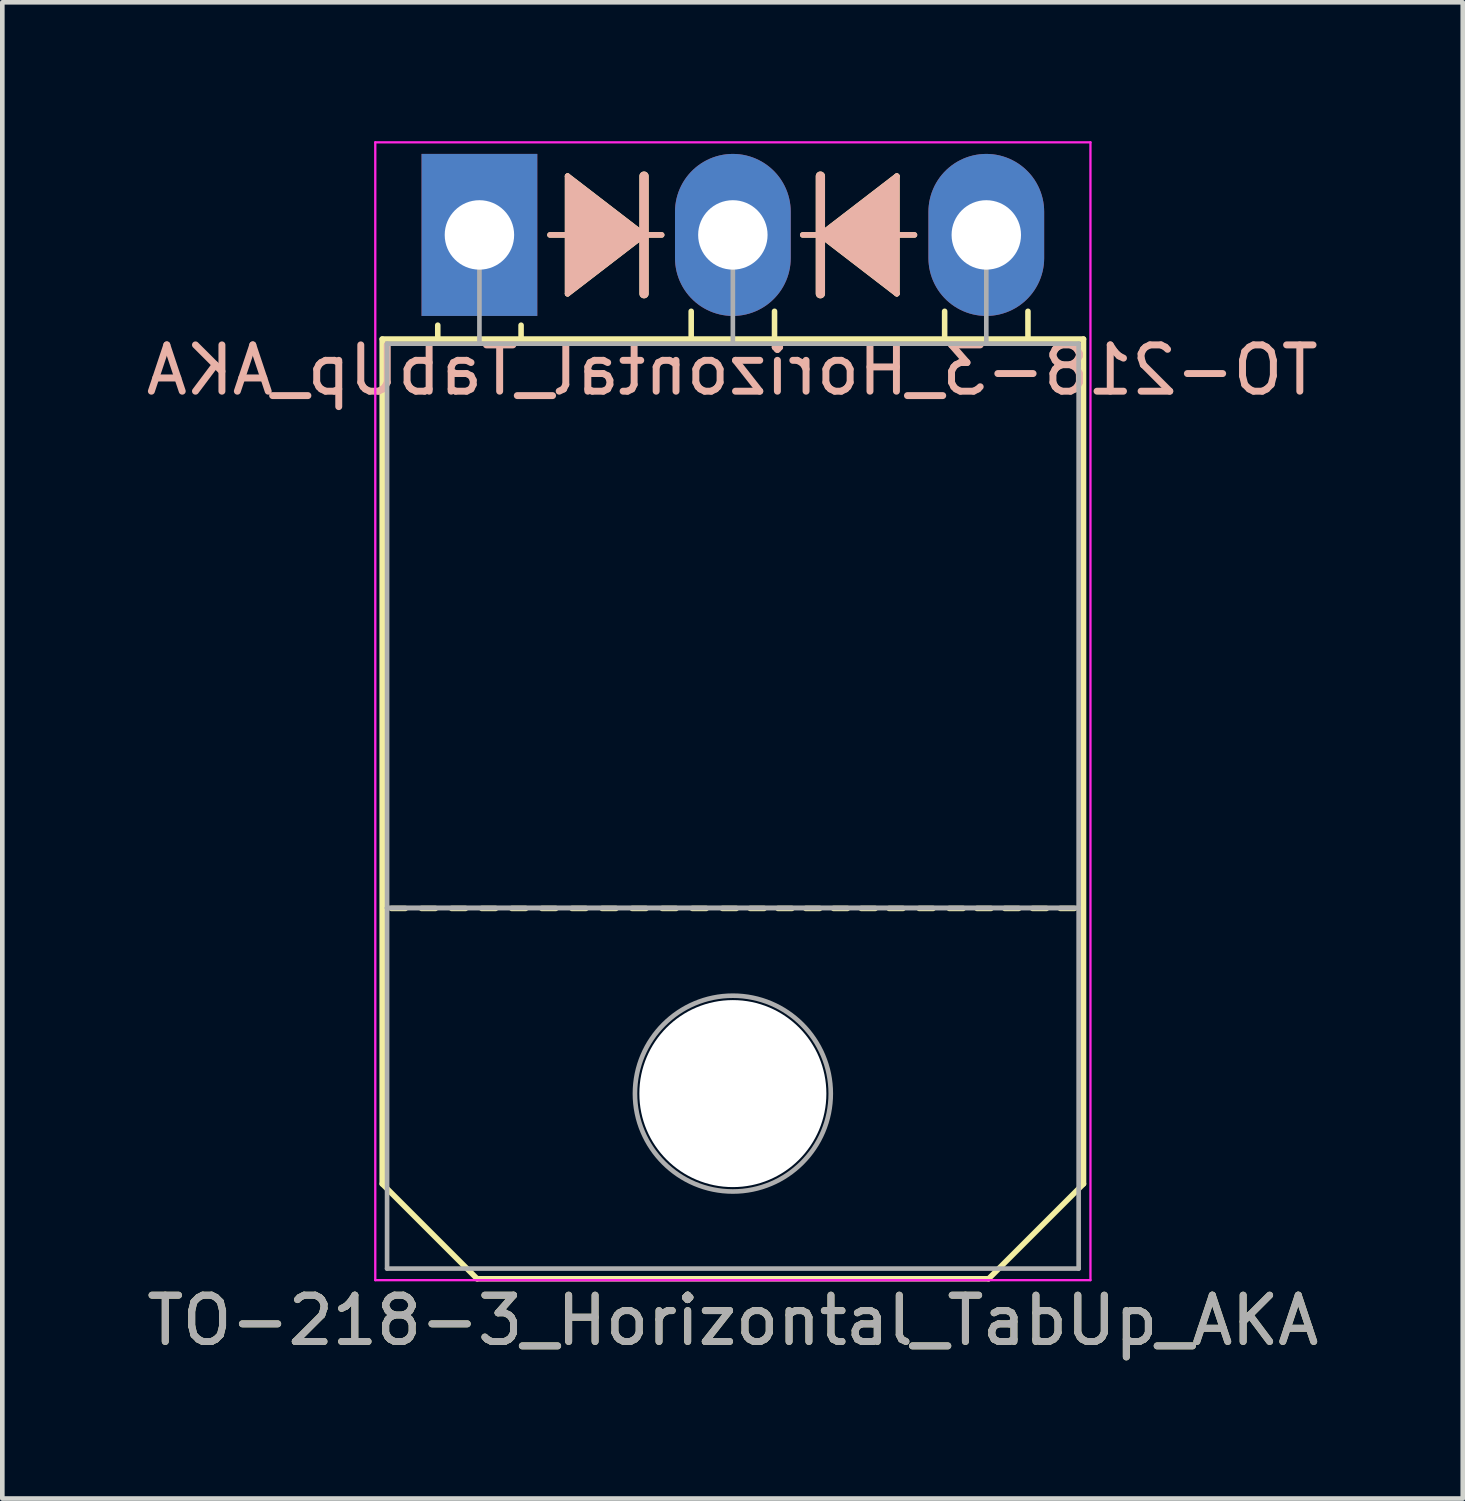
<source format=kicad_pcb>
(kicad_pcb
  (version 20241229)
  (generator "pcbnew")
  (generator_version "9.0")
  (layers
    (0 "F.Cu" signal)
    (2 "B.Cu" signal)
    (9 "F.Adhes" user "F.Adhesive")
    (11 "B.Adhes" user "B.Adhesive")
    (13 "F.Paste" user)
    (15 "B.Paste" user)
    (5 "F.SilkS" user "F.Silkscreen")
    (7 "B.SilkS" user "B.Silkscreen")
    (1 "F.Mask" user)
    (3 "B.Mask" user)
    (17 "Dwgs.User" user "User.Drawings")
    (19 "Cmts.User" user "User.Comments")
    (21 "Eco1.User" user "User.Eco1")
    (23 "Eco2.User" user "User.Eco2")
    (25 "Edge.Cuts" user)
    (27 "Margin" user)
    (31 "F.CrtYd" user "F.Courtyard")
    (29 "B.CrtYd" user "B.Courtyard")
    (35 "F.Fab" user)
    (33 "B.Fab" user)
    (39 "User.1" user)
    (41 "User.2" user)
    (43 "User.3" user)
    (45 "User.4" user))
  (footprint "TO-218-3_Horizontal_TabUp_AKA"
    (layer "F.Cu")
    (at 7.307 2.025)
    (property "Reference" "TO-218-3_Horizontal_TabUp_AKA" (at 5.475 23.45 0) (layer "F.SilkS") (effects (font (size 1 1) (thickness 0.15))))
    (fp_line (start -2.1 2.25) (end 13.05 2.25) (stroke (width 0.12) (type solid)) (layer "F.SilkS"))
    (fp_line (start -2.1 20.5) (end -2.1 2.25) (stroke (width 0.12) (type solid)) (layer "F.SilkS"))
    (fp_line (start -2.1 20.5) (end -0.05 22.55) (stroke (width 0.12) (type solid)) (layer "F.SilkS"))
    (fp_line (start -1.6 14.55) (end -1.9 14.55) (stroke (width 0.12) (type solid)) (layer "F.SilkS"))
    (fp_line (start -0.95 14.55) (end -1.25 14.55) (stroke (width 0.12) (type solid)) (layer "F.SilkS"))
    (fp_line (start -0.9 2.2) (end -0.9 1.95) (stroke (width 0.12) (type solid)) (layer "F.SilkS"))
    (fp_line (start -0.3 14.55) (end -0.6 14.55) (stroke (width 0.12) (type solid)) (layer "F.SilkS"))
    (fp_line (start 0.35 14.55) (end 0.05 14.55) (stroke (width 0.12) (type solid)) (layer "F.SilkS"))
    (fp_line (start 0.9 2.2) (end 0.9 1.95) (stroke (width 0.12) (type solid)) (layer "F.SilkS"))
    (fp_line (start 1 14.55) (end 0.7 14.55) (stroke (width 0.12) (type solid)) (layer "F.SilkS"))
    (fp_line (start 1.524 0) (end 1.905 0) (stroke (width 0.12) (type solid)) (layer "F.SilkS"))
    (fp_line (start 1.65 14.55) (end 1.35 14.55) (stroke (width 0.12) (type solid)) (layer "F.SilkS"))
    (fp_line (start 1.905 -1.27) (end 1.905 1.27) (stroke (width 0.12) (type solid)) (layer "F.SilkS"))
    (fp_line (start 1.905 1.27) (end 3.556 0) (stroke (width 0.12) (type solid)) (layer "F.SilkS"))
    (fp_line (start 2.3 14.55) (end 2 14.55) (stroke (width 0.12) (type solid)) (layer "F.SilkS"))
    (fp_line (start 2.95 14.55) (end 2.65 14.55) (stroke (width 0.12) (type solid)) (layer "F.SilkS"))
    (fp_line (start 3.556 0) (end 1.905 -1.27) (stroke (width 0.12) (type solid)) (layer "F.SilkS"))
    (fp_line (start 3.556 0) (end 3.556 -1.27) (stroke (width 0.2) (type solid)) (layer "F.SilkS"))
    (fp_line (start 3.556 1.27) (end 3.556 0) (stroke (width 0.2) (type solid)) (layer "F.SilkS"))
    (fp_line (start 3.6 14.55) (end 3.3 14.55) (stroke (width 0.12) (type solid)) (layer "F.SilkS"))
    (fp_line (start 3.937 0) (end 3.556 0) (stroke (width 0.12) (type solid)) (layer "F.SilkS"))
    (fp_line (start 4.25 14.55) (end 3.95 14.55) (stroke (width 0.12) (type solid)) (layer "F.SilkS"))
    (fp_line (start 4.575 2.2) (end 4.575 1.65) (stroke (width 0.12) (type solid)) (layer "F.SilkS"))
    (fp_line (start 4.9 14.55) (end 4.6 14.55) (stroke (width 0.12) (type solid)) (layer "F.SilkS"))
    (fp_line (start 5.55 14.55) (end 5.25 14.55) (stroke (width 0.12) (type solid)) (layer "F.SilkS"))
    (fp_line (start 6.15 14.55) (end 5.85 14.55) (stroke (width 0.12) (type solid)) (layer "F.SilkS"))
    (fp_line (start 6.375 2.2) (end 6.375 1.65) (stroke (width 0.12) (type solid)) (layer "F.SilkS"))
    (fp_line (start 6.75 14.55) (end 6.45 14.55) (stroke (width 0.12) (type solid)) (layer "F.SilkS"))
    (fp_line (start 6.985 0) (end 7.366 0) (stroke (width 0.12) (type solid)) (layer "F.SilkS"))
    (fp_line (start 7.35 14.55) (end 7.05 14.55) (stroke (width 0.12) (type solid)) (layer "F.SilkS"))
    (fp_line (start 7.366 -1.27) (end 7.366 0) (stroke (width 0.2) (type solid)) (layer "F.SilkS"))
    (fp_line (start 7.366 0) (end 7.366 1.27) (stroke (width 0.2) (type solid)) (layer "F.SilkS"))
    (fp_line (start 7.366 0) (end 9.017 1.27) (stroke (width 0.12) (type solid)) (layer "F.SilkS"))
    (fp_line (start 7.95 14.55) (end 7.65 14.55) (stroke (width 0.12) (type solid)) (layer "F.SilkS"))
    (fp_line (start 8.55 14.55) (end 8.25 14.55) (stroke (width 0.12) (type solid)) (layer "F.SilkS"))
    (fp_line (start 9.017 -1.27) (end 7.366 0) (stroke (width 0.12) (type solid)) (layer "F.SilkS"))
    (fp_line (start 9.017 1.27) (end 9.017 -1.27) (stroke (width 0.12) (type solid)) (layer "F.SilkS"))
    (fp_line (start 9.15 14.55) (end 8.85 14.55) (stroke (width 0.12) (type solid)) (layer "F.SilkS"))
    (fp_line (start 9.398 0) (end 9.017 0) (stroke (width 0.12) (type solid)) (layer "F.SilkS"))
    (fp_line (start 9.8 14.55) (end 9.5 14.55) (stroke (width 0.12) (type solid)) (layer "F.SilkS"))
    (fp_line (start 10.05 2.2) (end 10.05 1.65) (stroke (width 0.12) (type solid)) (layer "F.SilkS"))
    (fp_line (start 10.45 14.55) (end 10.15 14.55) (stroke (width 0.12) (type solid)) (layer "F.SilkS"))
    (fp_line (start 11 22.55) (end -0.05 22.55) (stroke (width 0.12) (type solid)) (layer "F.SilkS"))
    (fp_line (start 11.05 14.55) (end 10.75 14.55) (stroke (width 0.12) (type solid)) (layer "F.SilkS"))
    (fp_line (start 11.65 14.55) (end 11.35 14.55) (stroke (width 0.12) (type solid)) (layer "F.SilkS"))
    (fp_line (start 11.85 2.2) (end 11.85 1.65) (stroke (width 0.12) (type solid)) (layer "F.SilkS"))
    (fp_line (start 12.25 14.55) (end 11.95 14.55) (stroke (width 0.12) (type solid)) (layer "F.SilkS"))
    (fp_line (start 12.85 14.55) (end 12.55 14.55) (stroke (width 0.12) (type solid)) (layer "F.SilkS"))
    (fp_line (start 13.05 2.25) (end 13.05 20.5) (stroke (width 0.12) (type solid)) (layer "F.SilkS"))
    (fp_line (start 13.05 20.5) (end 11 22.55) (stroke (width 0.12) (type solid)) (layer "F.SilkS"))
    (fp_poly (pts (xy 3.556 0) (xy 1.905 1.27) (xy 1.905 -1.27)) (stroke (width 0.1) (type solid)) (fill yes) (layer "F.SilkS"))
    (fp_poly (pts (xy 9.017 1.27) (xy 7.366 0) (xy 9.017 -1.27)) (stroke (width 0.1) (type solid)) (fill yes) (layer "F.SilkS"))
    (fp_line (start 1.524 0) (end 1.905 0) (stroke (width 0.12) (type solid)) (layer "B.SilkS"))
    (fp_line (start 1.905 -1.27) (end 3.556 0) (stroke (width 0.12) (type solid)) (layer "B.SilkS"))
    (fp_line (start 1.905 1.27) (end 1.905 -1.27) (stroke (width 0.12) (type solid)) (layer "B.SilkS"))
    (fp_line (start 3.556 -1.27) (end 3.556 0) (stroke (width 0.2) (type solid)) (layer "B.SilkS"))
    (fp_line (start 3.556 0) (end 1.905 1.27) (stroke (width 0.12) (type solid)) (layer "B.SilkS"))
    (fp_line (start 3.556 0) (end 3.556 1.27) (stroke (width 0.2) (type solid)) (layer "B.SilkS"))
    (fp_line (start 3.937 0) (end 3.556 0) (stroke (width 0.12) (type solid)) (layer "B.SilkS"))
    (fp_line (start 6.985 0) (end 7.366 0) (stroke (width 0.12) (type solid)) (layer "B.SilkS"))
    (fp_line (start 7.366 0) (end 7.366 -1.27) (stroke (width 0.2) (type solid)) (layer "B.SilkS"))
    (fp_line (start 7.366 0) (end 9.017 -1.27) (stroke (width 0.12) (type solid)) (layer "B.SilkS"))
    (fp_line (start 7.366 1.27) (end 7.366 0) (stroke (width 0.2) (type solid)) (layer "B.SilkS"))
    (fp_line (start 9.017 -1.27) (end 9.017 1.27) (stroke (width 0.12) (type solid)) (layer "B.SilkS"))
    (fp_line (start 9.017 1.27) (end 7.366 0) (stroke (width 0.12) (type solid)) (layer "B.SilkS"))
    (fp_line (start 9.398 0) (end 9.017 0) (stroke (width 0.12) (type solid)) (layer "B.SilkS"))
    (fp_poly (pts (xy 3.556 0) (xy 1.905 -1.27) (xy 1.905 1.27)) (stroke (width 0.1) (type solid)) (fill yes) (layer "B.SilkS"))
    (fp_poly (pts (xy 7.366 0) (xy 9.017 1.27) (xy 9.017 -1.27)) (stroke (width 0.1) (type solid)) (fill yes) (layer "B.SilkS"))
    (fp_line (start -2.25 -2) (end -2.25 22.58) (stroke (width 0.05) (type solid)) (layer "F.CrtYd"))
    (fp_line (start -2.25 22.58) (end 13.2 22.58) (stroke (width 0.05) (type solid)) (layer "F.CrtYd"))
    (fp_line (start 13.2 -2) (end -2.25 -2) (stroke (width 0.05) (type solid)) (layer "F.CrtYd"))
    (fp_line (start 13.2 22.58) (end 13.2 -2) (stroke (width 0.05) (type solid)) (layer "F.CrtYd"))
    (fp_line (start -1.995 2.35) (end -1.995 14.54) (stroke (width 0.1) (type solid)) (layer "F.Fab"))
    (fp_line (start -1.995 14.54) (end -1.995 22.33) (stroke (width 0.1) (type solid)) (layer "F.Fab"))
    (fp_line (start -1.995 14.54) (end 12.945 14.54) (stroke (width 0.1) (type solid)) (layer "F.Fab"))
    (fp_line (start -1.995 22.33) (end 12.945 22.33) (stroke (width 0.1) (type solid)) (layer "F.Fab"))
    (fp_line (start 0 2.35) (end 0 0) (stroke (width 0.1) (type solid)) (layer "F.Fab"))
    (fp_line (start 5.475 2.35) (end 5.475 0) (stroke (width 0.1) (type solid)) (layer "F.Fab"))
    (fp_line (start 10.95 2.35) (end 10.95 0) (stroke (width 0.1) (type solid)) (layer "F.Fab"))
    (fp_line (start 12.945 2.35) (end -1.995 2.35) (stroke (width 0.1) (type solid)) (layer "F.Fab"))
    (fp_line (start 12.945 14.54) (end -1.995 14.54) (stroke (width 0.1) (type solid)) (layer "F.Fab"))
    (fp_line (start 12.945 14.54) (end 12.945 2.35) (stroke (width 0.1) (type solid)) (layer "F.Fab"))
    (fp_line (start 12.945 22.33) (end 12.945 14.54) (stroke (width 0.1) (type solid)) (layer "F.Fab"))
    (fp_circle (center 5.475 18.55) (end 7.59 18.55) (stroke (width 0.1) (type solid)) (fill no) (layer "F.Fab"))
    (fp_text user "${REFERENCE}" (at 5.461 2.921 0) (layer "B.SilkS") (effects (font (size 1 1) (thickness 0.15)) (justify mirror)))
    (fp_text user "${REFERENCE}" (at 5.475 23.45 0) (layer "F.Fab") (effects (font (size 1 1) (thickness 0.15))))
    (pad "" np_thru_hole oval (at 5.475 18.55) (size 4.04 4.04) (drill 4.04) (layers "*.Cu" "*.Mask"))
    (pad "1" thru_hole rect (at 0 0) (size 2.5 3.5) (drill 1.5) (layers "*.Cu" "*.Mask"))
    (pad "2" thru_hole oval (at 5.475 0) (size 2.5 3.5) (drill 1.5) (layers "*.Cu" "*.Mask"))
    (pad "3" thru_hole oval (at 10.95 0) (size 2.5 3.5) (drill 1.5) (layers "*.Cu" "*.Mask")))
  (gr_rect
    (start -3 -3)
    (end 28.55 29.323)
    (stroke (width 0.1) (type default))
    (fill no)
    (layer "Edge.Cuts")))
</source>
